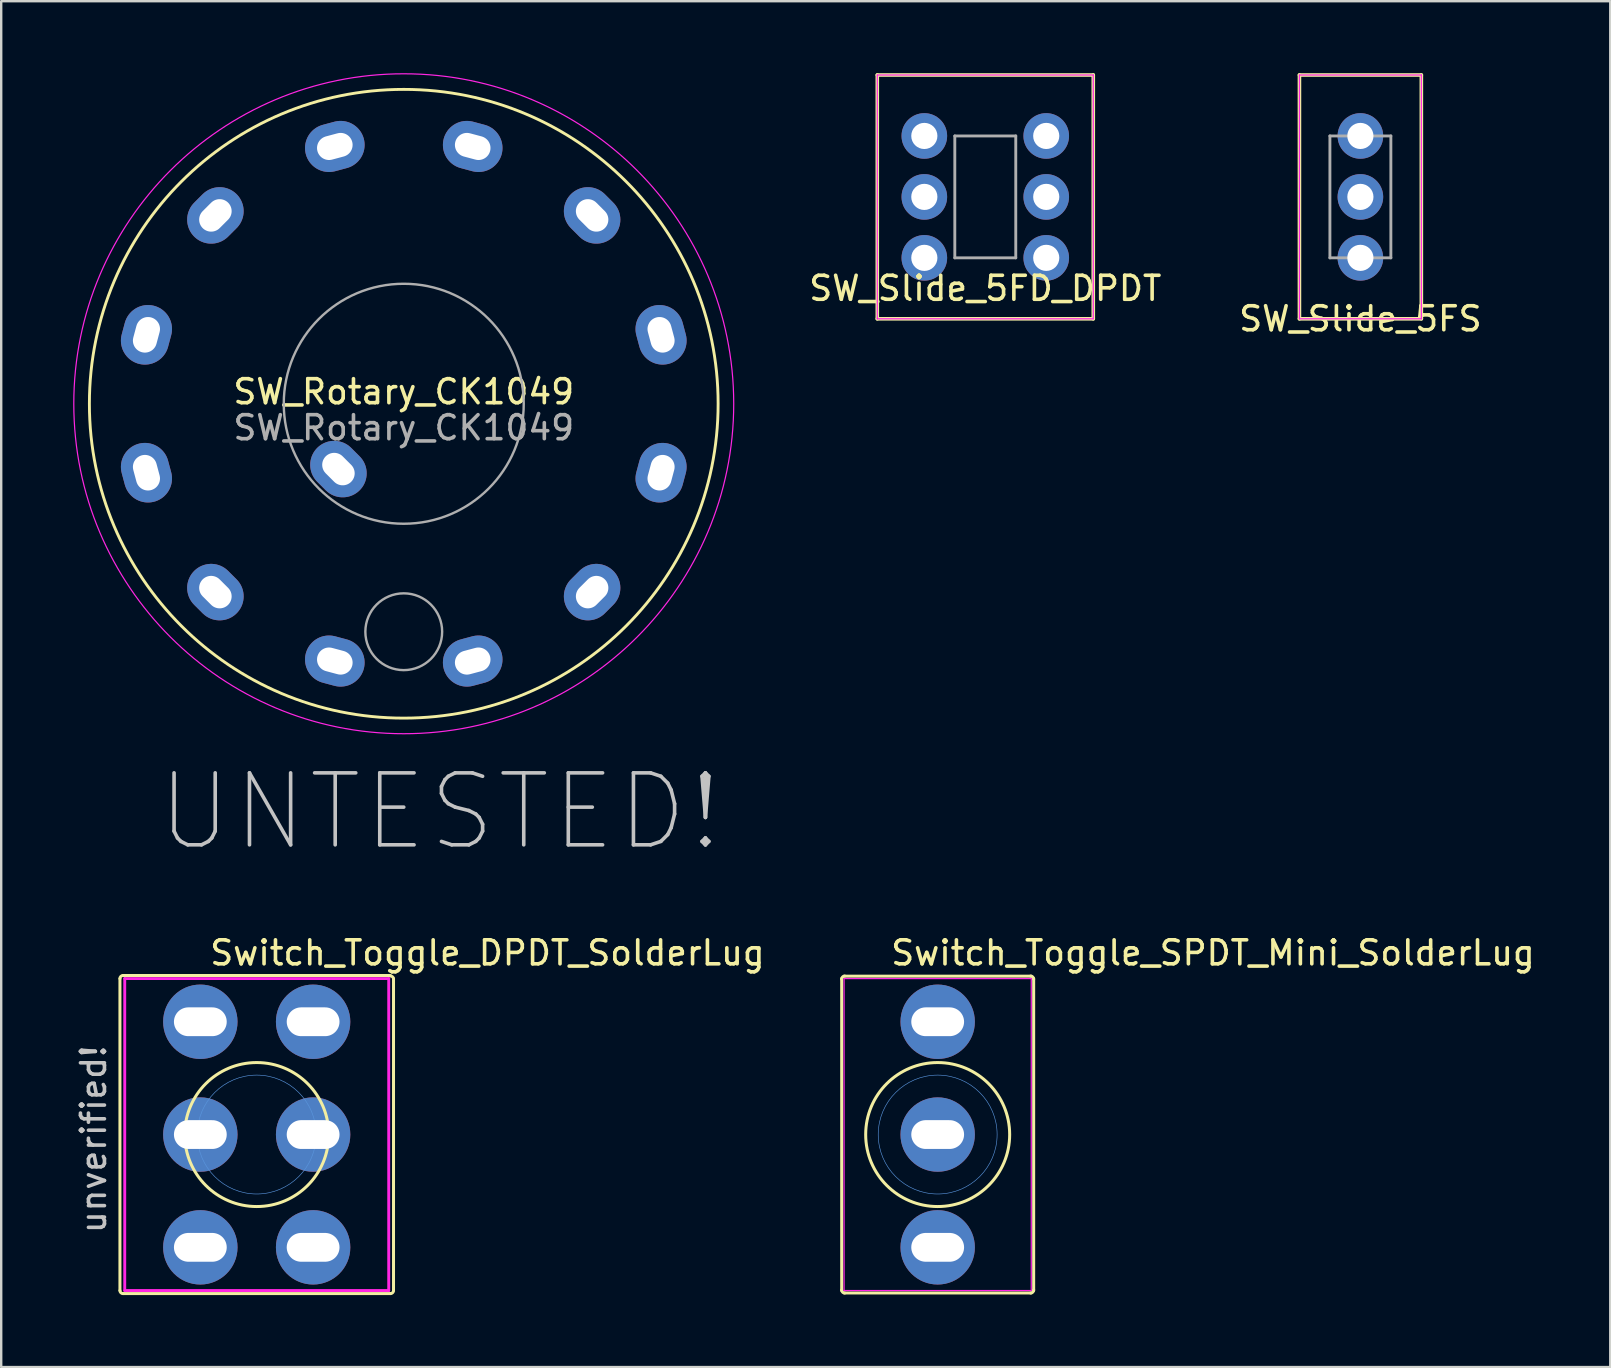
<source format=kicad_pcb>
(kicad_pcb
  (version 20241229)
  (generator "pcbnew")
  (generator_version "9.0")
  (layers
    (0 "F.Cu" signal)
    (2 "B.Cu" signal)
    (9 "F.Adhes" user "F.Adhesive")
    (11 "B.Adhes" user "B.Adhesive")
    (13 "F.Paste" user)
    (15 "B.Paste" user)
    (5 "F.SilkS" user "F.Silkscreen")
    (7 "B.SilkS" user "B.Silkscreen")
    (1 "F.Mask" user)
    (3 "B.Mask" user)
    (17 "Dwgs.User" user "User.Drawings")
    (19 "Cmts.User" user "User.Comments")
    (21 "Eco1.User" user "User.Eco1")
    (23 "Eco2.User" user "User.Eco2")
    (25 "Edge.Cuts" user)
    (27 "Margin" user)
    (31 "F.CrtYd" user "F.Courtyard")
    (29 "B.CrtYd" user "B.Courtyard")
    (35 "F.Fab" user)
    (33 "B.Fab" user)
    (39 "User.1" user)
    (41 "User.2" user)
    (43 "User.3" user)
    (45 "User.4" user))
  (footprint "SW_Slide_5FD_DPDT"
    (layer "F.Cu")
    (at 38.008 5.155)
    (property "Reference" "SW_Slide_5FD_DPDT" (at 0 3.81 0) (layer "F.SilkS") (effects (font (size 1 1) (thickness 0.15))))
    (attr through_hole)
    (fp_line (start -4.5 -5.08) (end 4.5 -5.08) (stroke (width 0.15) (type solid)) (layer "F.SilkS"))
    (fp_line (start -4.5 5.08) (end -4.5 -5.08) (stroke (width 0.15) (type solid)) (layer "F.SilkS"))
    (fp_line (start -4.5 5.08) (end 4.5 5.08) (stroke (width 0.15) (type solid)) (layer "F.SilkS"))
    (fp_line (start 4.5 -5.08) (end 4.5 5.08) (stroke (width 0.15) (type solid)) (layer "F.SilkS"))
    (fp_line (start -4.5 -5.08) (end -4.5 5.08) (stroke (width 0.05) (type solid)) (layer "F.CrtYd"))
    (fp_line (start 4.5 -5.08) (end -4.5 -5.08) (stroke (width 0.05) (type solid)) (layer "F.CrtYd"))
    (fp_line (start 4.5 -5.08) (end 4.5 5.08) (stroke (width 0.05) (type solid)) (layer "F.CrtYd"))
    (fp_line (start 4.5 5.08) (end -4.5 5.08) (stroke (width 0.05) (type solid)) (layer "F.CrtYd"))
    (fp_line (start -1.27 -2.54) (end 1.27 -2.54) (stroke (width 0.12) (type solid)) (layer "F.Fab"))
    (fp_line (start -1.27 2.54) (end -1.27 -2.54) (stroke (width 0.12) (type solid)) (layer "F.Fab"))
    (fp_line (start 1.27 -2.54) (end 1.27 2.54) (stroke (width 0.12) (type solid)) (layer "F.Fab"))
    (fp_line (start 1.27 2.54) (end -1.27 2.54) (stroke (width 0.12) (type solid)) (layer "F.Fab"))
    (pad "1" thru_hole circle (at -2.54 2.54) (size 1.9 1.9) (drill 1.09) (layers "*.Cu" "*.Mask"))
    (pad "2" thru_hole circle (at -2.54 0) (size 1.9 1.9) (drill 1.09) (layers "*.Cu" "*.Mask"))
    (pad "3" thru_hole circle (at -2.54 -2.54) (size 1.9 1.9) (drill 1.09) (layers "*.Cu" "*.Mask"))
    (pad "4" thru_hole circle (at 2.54 2.54) (size 1.9 1.9) (drill 1.09) (layers "*.Cu" "*.Mask"))
    (pad "5" thru_hole circle (at 2.54 0) (size 1.9 1.9) (drill 1.09) (layers "*.Cu" "*.Mask"))
    (pad "6" thru_hole circle (at 2.54 -2.54) (size 1.9 1.9) (drill 1.09) (layers "*.Cu" "*.Mask")))
  (footprint "Switch_Toggle_DPDT_SolderLug"
    (layer "F.Cu")
    (at 7.648 44.228)
    (property "Reference" "Switch_Toggle_DPDT_SolderLug" (at -2.032 -6.985 0) (layer "F.SilkS") (effects (font (size 1 1) (thickness 0.15)) (justify left bottom)))
    (attr through_hole)
    (fp_line (start -5.7 6.5) (end -5.7 -6.5) (stroke (width 0.125) (type solid)) (layer "F.SilkS"))
    (fp_line (start -5.573 -6.627) (end 5.573 -6.627) (stroke (width 0.125) (type solid)) (layer "F.SilkS"))
    (fp_line (start 5.573 6.627) (end -5.573 6.627) (stroke (width 0.125) (type solid)) (layer "F.SilkS"))
    (fp_line (start 5.7 -6.5) (end 5.7 6.5) (stroke (width 0.125) (type solid)) (layer "F.SilkS"))
    (fp_arc (start -5.7 -6.5) (mid -5.662803 -6.589803) (end -5.573 -6.627) (stroke (width 0.125) (type solid)) (layer "F.SilkS"))
    (fp_arc (start -5.573 6.627) (mid -5.662803 6.589803) (end -5.7 6.5) (stroke (width 0.125) (type solid)) (layer "F.SilkS"))
    (fp_arc (start 5.573 -6.606066) (mid 5.655733 -6.576062) (end 5.7 -6.5) (stroke (width 0.125) (type solid)) (layer "F.SilkS"))
    (fp_arc (start 5.7 6.5) (mid 5.662803 6.589803) (end 5.573 6.627) (stroke (width 0.125) (type solid)) (layer "F.SilkS"))
    (fp_circle (center 0 0) (end 3 0) (stroke (width 0.125) (type solid)) (fill no) (layer "F.SilkS"))
    (fp_circle (center 0 0) (end 2.477 0) (stroke (width 0.025) (type solid)) (fill no) (layer "Cmts.User"))
    (fp_line (start -5.5 -6.5) (end -5.5 6.5) (stroke (width 0.12) (type solid)) (layer "F.CrtYd"))
    (fp_line (start -5.5 6.5) (end 5.5 6.5) (stroke (width 0.12) (type solid)) (layer "F.CrtYd"))
    (fp_line (start 5.5 -6.5) (end -5.5 -6.5) (stroke (width 0.12) (type solid)) (layer "F.CrtYd"))
    (fp_line (start 5.5 6.5) (end 5.5 -6.5) (stroke (width 0.12) (type solid)) (layer "F.CrtYd"))
    (fp_text user "unverified!" (at -6.8 0.2 90) (layer "Dwgs.User") (effects (font (size 1 1) (thickness 0.15))))
    (pad "1" thru_hole circle (at -2.35 -4.7) (size 3.1 3.1) (drill oval 2.2 1.2) (layers "*.Cu" "*.Mask"))
    (pad "2" thru_hole circle (at -2.35 0) (size 3.1 3.1) (drill oval 2.2 1.2) (layers "*.Cu" "*.Mask"))
    (pad "3" thru_hole circle (at -2.35 4.7) (size 3.1 3.1) (drill oval 2.2 1.2) (layers "*.Cu" "*.Mask"))
    (pad "4" thru_hole circle (at 2.35 -4.7) (size 3.1 3.1) (drill oval 2.2 1.2) (layers "*.Cu" "*.Mask"))
    (pad "5" thru_hole circle (at 2.35 0) (size 3.1 3.1) (drill oval 2.2 1.2) (layers "*.Cu" "*.Mask"))
    (pad "6" thru_hole circle (at 2.35 4.7) (size 3.1 3.1) (drill oval 2.2 1.2) (layers "*.Cu" "*.Mask")))
  (footprint "SW_Slide_5FS"
    (layer "F.Cu")
    (at 53.639 5.155)
    (property "Reference" "SW_Slide_5FS" (at 0 5.08 0) (layer "F.SilkS") (effects (font (size 1 1) (thickness 0.15))))
    (attr through_hole)
    (fp_line (start -2.54 -5.08) (end 2.54 -5.08) (stroke (width 0.15) (type solid)) (layer "F.SilkS"))
    (fp_line (start -2.54 5.08) (end -2.54 -5.08) (stroke (width 0.15) (type solid)) (layer "F.SilkS"))
    (fp_line (start 2.54 -5.08) (end 2.54 5.08) (stroke (width 0.15) (type solid)) (layer "F.SilkS"))
    (fp_line (start 2.54 5.08) (end -2.54 5.08) (stroke (width 0.15) (type solid)) (layer "F.SilkS"))
    (fp_line (start -2.54 -5.08) (end -2.54 5.08) (stroke (width 0.05) (type solid)) (layer "F.CrtYd"))
    (fp_line (start 2.54 -5.08) (end -2.54 -5.08) (stroke (width 0.05) (type solid)) (layer "F.CrtYd"))
    (fp_line (start 2.54 -5.08) (end 2.54 5.08) (stroke (width 0.05) (type solid)) (layer "F.CrtYd"))
    (fp_line (start 2.54 5.08) (end -2.54 5.08) (stroke (width 0.05) (type solid)) (layer "F.CrtYd"))
    (fp_line (start -1.27 -2.54) (end 1.27 -2.54) (stroke (width 0.12) (type solid)) (layer "F.Fab"))
    (fp_line (start -1.27 2.54) (end -1.27 -2.54) (stroke (width 0.12) (type solid)) (layer "F.Fab"))
    (fp_line (start 1.27 -2.54) (end 1.27 2.54) (stroke (width 0.12) (type solid)) (layer "F.Fab"))
    (fp_line (start 1.27 2.54) (end -1.27 2.54) (stroke (width 0.12) (type solid)) (layer "F.Fab"))
    (pad "1" thru_hole circle (at 0 2.54) (size 1.9 1.9) (drill 1.09) (layers "*.Cu" "*.Mask"))
    (pad "2" thru_hole circle (at 0 0) (size 1.9 1.9) (drill 1.09) (layers "*.Cu" "*.Mask"))
    (pad "3" thru_hole circle (at 0 -2.54) (size 1.9 1.9) (drill 1.09) (layers "*.Cu" "*.Mask")))
  (footprint "Switch_Toggle_SPDT_Mini_SolderLug"
    (layer "F.Cu")
    (at 36.024 44.228)
    (property "Reference" "Switch_Toggle_SPDT_Mini_SolderLug" (at -2.032 -6.985 0) (layer "F.SilkS") (effects (font (size 1 1) (thickness 0.15)) (justify left bottom)))
    (attr through_hole)
    (fp_line (start -4 6.5) (end -4 -6.5) (stroke (width 0.125) (type solid)) (layer "F.SilkS"))
    (fp_line (start -3.9 -6.6) (end 3.9 -6.6) (stroke (width 0.125) (type solid)) (layer "F.SilkS"))
    (fp_line (start 3.9 6.6) (end -3.9 6.6) (stroke (width 0.125) (type solid)) (layer "F.SilkS"))
    (fp_line (start 4 -6.5) (end 4 6.5) (stroke (width 0.125) (type solid)) (layer "F.SilkS"))
    (fp_arc (start -4.0005 -6.477) (mid -3.963303 -6.566803) (end -3.8735 -6.604) (stroke (width 0.125) (type solid)) (layer "F.SilkS"))
    (fp_arc (start -3.8735 6.604) (mid -3.963303 6.566803) (end -4.0005 6.477) (stroke (width 0.125) (type solid)) (layer "F.SilkS"))
    (fp_arc (start 3.8735 -6.604) (mid 3.963303 -6.566803) (end 4.0005 -6.477) (stroke (width 0.125) (type solid)) (layer "F.SilkS"))
    (fp_arc (start 4.0005 6.477) (mid 3.963303 6.566803) (end 3.8735 6.604) (stroke (width 0.125) (type solid)) (layer "F.SilkS"))
    (fp_circle (center 0 0) (end 3 0) (stroke (width 0.125) (type solid)) (fill no) (layer "F.SilkS"))
    (fp_circle (center 0 0) (end 2.477 0) (stroke (width 0.025) (type solid)) (fill no) (layer "Cmts.User"))
    (fp_line (start -3.9 -6.5) (end 3.9 -6.5) (stroke (width 0.05) (type solid)) (layer "F.CrtYd"))
    (fp_line (start -3.9 6.5) (end -3.9 -6.5) (stroke (width 0.05) (type solid)) (layer "F.CrtYd"))
    (fp_line (start 3.9 -6.5) (end 3.9 6.5) (stroke (width 0.05) (type solid)) (layer "F.CrtYd"))
    (fp_line (start 3.9 6.5) (end -3.9 6.5) (stroke (width 0.05) (type solid)) (layer "F.CrtYd"))
    (pad "1" thru_hole circle (at 0 -4.7) (size 3.1 3.1) (drill oval 2.2 1.2) (layers "*.Cu" "*.Mask"))
    (pad "2" thru_hole circle (at 0 0) (size 3.1 3.1) (drill oval 2.2 1.2) (layers "*.Cu" "*.Mask"))
    (pad "3" thru_hole circle (at 0 4.7) (size 3.1 3.1) (drill oval 2.2 1.2) (layers "*.Cu" "*.Mask")))
  (footprint "SW_Rotary_CK1049"
    (layer "F.Cu")
    (at 13.775 13.775)
    (property "Reference" "SW_Rotary_CK1049" (at 0 -0.5 0) (unlocked yes) (layer "F.SilkS") (effects (font (size 1 1) (thickness 0.15))))
    (attr through_hole)
    (fp_circle (center 0 0) (end 13.1 0) (stroke (width 0.12) (type solid)) (fill no) (layer "F.SilkS"))
    (fp_circle (center 0 0) (end 13.75 0) (stroke (width 0.05) (type solid)) (fill no) (layer "F.CrtYd"))
    (fp_circle (center 0 0) (end 5 0) (stroke (width 0.1) (type solid)) (fill no) (layer "F.Fab"))
    (fp_circle (center 0 9.5) (end 1.6 9.5) (stroke (width 0.1) (type solid)) (fill no) (layer "F.Fab"))
    (fp_text user "UNTESTED!" (at 1.5 17 0) (unlocked yes) (layer "Dwgs.User") (effects (font (size 3 3) (thickness 0.15))))
    (fp_text user "${REFERENCE}" (at 0 1 0) (unlocked yes) (layer "F.Fab") (effects (font (size 1 1) (thickness 0.15))))
    (pad "1" thru_hole oval (at -2.873 10.722 345) (size 2.5 2) (drill oval 1.5 1) (layers "*.Cu" "*.Mask"))
    (pad "2" thru_hole oval (at -7.849 7.849 315) (size 2.5 2) (drill oval 1.5 1) (layers "*.Cu" "*.Mask"))
    (pad "3" thru_hole oval (at -10.722 2.873 285) (size 2.5 2) (drill oval 1.5 1) (layers "*.Cu" "*.Mask"))
    (pad "4" thru_hole oval (at -10.722 -2.873 255) (size 2.5 2) (drill oval 1.5 1) (layers "*.Cu" "*.Mask"))
    (pad "5" thru_hole oval (at -7.849 -7.849 225) (size 2.5 2) (drill oval 1.5 1) (layers "*.Cu" "*.Mask"))
    (pad "6" thru_hole oval (at -2.873 -10.722 195) (size 2.5 2) (drill oval 1.5 1) (layers "*.Cu" "*.Mask"))
    (pad "7" thru_hole oval (at 2.873 -10.722 165) (size 2.5 2) (drill oval 1.5 1) (layers "*.Cu" "*.Mask"))
    (pad "8" thru_hole oval (at 7.849 -7.849 135) (size 2.5 2) (drill oval 1.5 1) (layers "*.Cu" "*.Mask"))
    (pad "9" thru_hole oval (at 10.722 -2.873 105) (size 2.5 2) (drill oval 1.5 1) (layers "*.Cu" "*.Mask"))
    (pad "10" thru_hole oval (at 10.722 2.873 75) (size 2.5 2) (drill oval 1.5 1) (layers "*.Cu" "*.Mask"))
    (pad "11" thru_hole oval (at 7.849 7.849 45) (size 2.5 2) (drill oval 1.5 1) (layers "*.Cu" "*.Mask"))
    (pad "12" thru_hole oval (at 2.873 10.722 15) (size 2.5 2) (drill oval 1.5 1) (layers "*.Cu" "*.Mask"))
    (pad "A" thru_hole oval (at -2.722 2.722 315) (size 2.5 2) (drill oval 1.5 1) (layers "*.Cu" "*.Mask")))
  (gr_rect
    (start -3 -3)
    (end 64.052 53.918)
    (stroke (width 0.1) (type default))
    (fill no)
    (layer "Edge.Cuts")))
</source>
